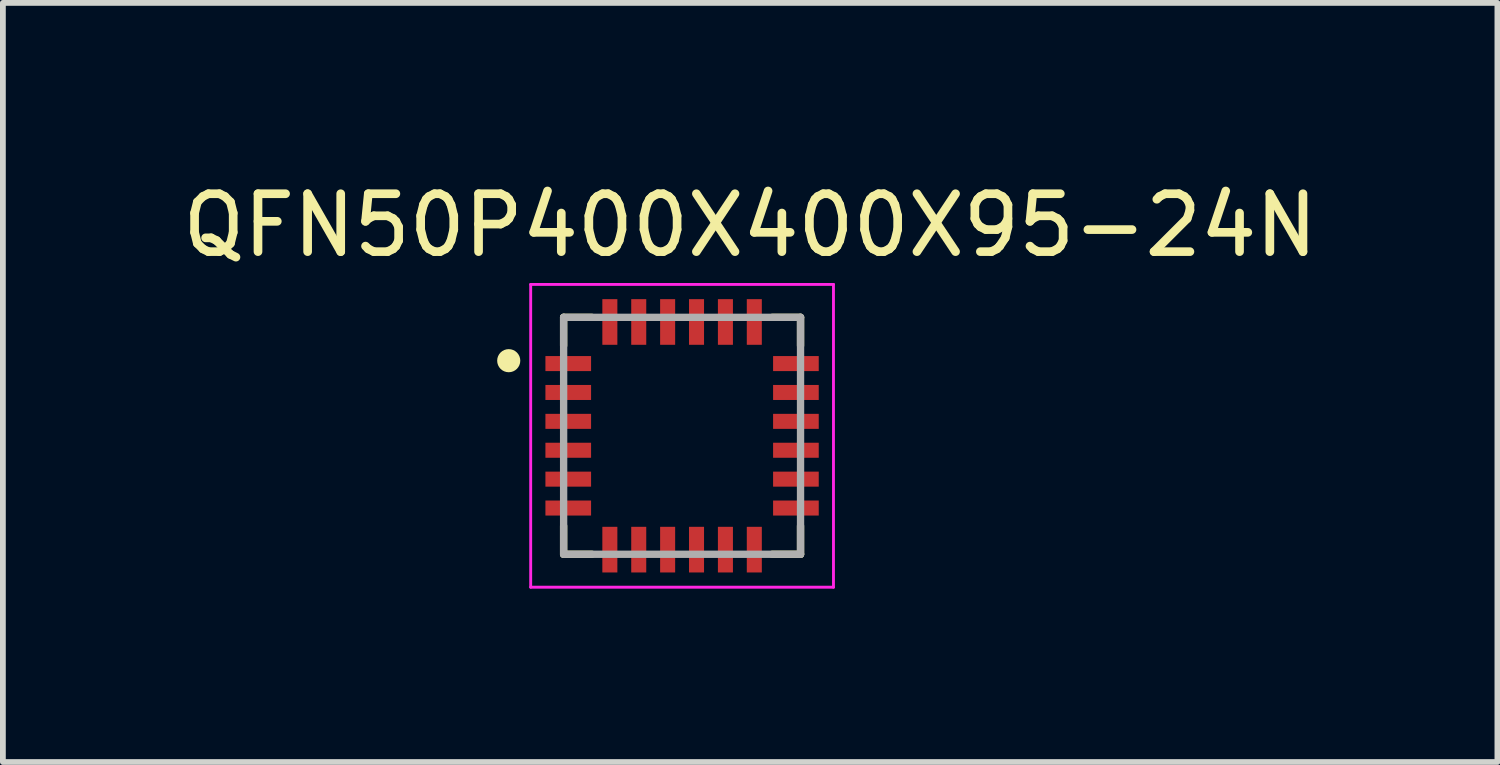
<source format=kicad_pcb>
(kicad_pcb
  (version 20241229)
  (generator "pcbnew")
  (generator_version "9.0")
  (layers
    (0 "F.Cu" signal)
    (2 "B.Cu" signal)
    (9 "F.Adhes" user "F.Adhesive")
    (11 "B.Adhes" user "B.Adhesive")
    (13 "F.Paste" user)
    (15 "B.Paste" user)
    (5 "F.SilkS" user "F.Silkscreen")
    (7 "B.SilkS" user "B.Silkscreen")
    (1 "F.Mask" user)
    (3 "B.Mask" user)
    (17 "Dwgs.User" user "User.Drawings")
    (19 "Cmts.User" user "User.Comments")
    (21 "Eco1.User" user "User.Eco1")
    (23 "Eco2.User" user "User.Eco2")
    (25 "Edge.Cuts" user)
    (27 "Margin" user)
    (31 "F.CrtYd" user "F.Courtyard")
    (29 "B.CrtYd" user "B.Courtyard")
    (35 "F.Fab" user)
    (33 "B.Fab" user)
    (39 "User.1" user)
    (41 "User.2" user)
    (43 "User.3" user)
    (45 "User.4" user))
  (footprint "QFN50P400X400X95-24N"
    (layer "F.Cu")
    (at 8.754 4.492)
    (property "Reference" "QFN50P400X400X95-24N" (at 1.178 -3.643 0) (layer "F.SilkS") (effects (font (size 1.002 1.002) (thickness 0.15))))
    (attr through_hole)
    (fp_line (start -2.05 -1.56) (end -2.05 -2.05) (stroke (width 0.127) (type solid)) (layer "F.SilkS"))
    (fp_line (start -2.05 2.05) (end -2.05 1.56) (stroke (width 0.127) (type solid)) (layer "F.SilkS"))
    (fp_line (start -1.56 -2.05) (end -2.05 -2.05) (stroke (width 0.127) (type solid)) (layer "F.SilkS"))
    (fp_line (start -1.56 2.05) (end -2.05 2.05) (stroke (width 0.127) (type solid)) (layer "F.SilkS"))
    (fp_line (start 1.56 -2.05) (end 2.05 -2.05) (stroke (width 0.127) (type solid)) (layer "F.SilkS"))
    (fp_line (start 2.05 -2.05) (end 2.05 -1.56) (stroke (width 0.127) (type solid)) (layer "F.SilkS"))
    (fp_line (start 2.05 1.56) (end 2.05 2.05) (stroke (width 0.127) (type solid)) (layer "F.SilkS"))
    (fp_line (start 2.05 2.05) (end 1.56 2.05) (stroke (width 0.127) (type solid)) (layer "F.SilkS"))
    (fp_circle (center -3 -1.3) (end -2.9 -1.3) (stroke (width 0.2) (type solid)) (fill no) (layer "F.SilkS"))
    (fp_line (start -2.62 -2.62) (end 2.62 -2.62) (stroke (width 0.05) (type solid)) (layer "F.CrtYd"))
    (fp_line (start -2.62 2.62) (end -2.62 -2.62) (stroke (width 0.05) (type solid)) (layer "F.CrtYd"))
    (fp_line (start 2.62 -2.62) (end 2.62 2.62) (stroke (width 0.05) (type solid)) (layer "F.CrtYd"))
    (fp_line (start 2.62 2.62) (end -2.62 2.62) (stroke (width 0.05) (type solid)) (layer "F.CrtYd"))
    (fp_line (start -2.05 -2.05) (end -2.05 2.05) (stroke (width 0.127) (type solid)) (layer "F.Fab"))
    (fp_line (start 2.05 -2.05) (end -2.05 -2.05) (stroke (width 0.127) (type solid)) (layer "F.Fab"))
    (fp_line (start 2.05 -2.05) (end 2.05 2.05) (stroke (width 0.127) (type solid)) (layer "F.Fab"))
    (fp_line (start 2.05 2.05) (end -2.05 2.05) (stroke (width 0.127) (type solid)) (layer "F.Fab"))
    (pad "1" smd rect (at -1.97 -1.25) (size 0.79 0.26) (layers "F.Cu" "F.Mask" "F.Paste"))
    (pad "2" smd rect (at -1.97 -0.75) (size 0.79 0.26) (layers "F.Cu" "F.Mask" "F.Paste"))
    (pad "3" smd rect (at -1.97 -0.25) (size 0.79 0.26) (layers "F.Cu" "F.Mask" "F.Paste"))
    (pad "4" smd rect (at -1.97 0.25) (size 0.79 0.26) (layers "F.Cu" "F.Mask" "F.Paste"))
    (pad "5" smd rect (at -1.97 0.75) (size 0.79 0.26) (layers "F.Cu" "F.Mask" "F.Paste"))
    (pad "6" smd rect (at -1.97 1.25) (size 0.79 0.26) (layers "F.Cu" "F.Mask" "F.Paste"))
    (pad "7" smd rect (at -1.25 1.97 90) (size 0.79 0.26) (layers "F.Cu" "F.Mask" "F.Paste"))
    (pad "8" smd rect (at -0.75 1.97 90) (size 0.79 0.26) (layers "F.Cu" "F.Mask" "F.Paste"))
    (pad "9" smd rect (at -0.25 1.97 90) (size 0.79 0.26) (layers "F.Cu" "F.Mask" "F.Paste"))
    (pad "10" smd rect (at 0.25 1.97 90) (size 0.79 0.26) (layers "F.Cu" "F.Mask" "F.Paste"))
    (pad "11" smd rect (at 0.75 1.97 90) (size 0.79 0.26) (layers "F.Cu" "F.Mask" "F.Paste"))
    (pad "12" smd rect (at 1.25 1.97 90) (size 0.79 0.26) (layers "F.Cu" "F.Mask" "F.Paste"))
    (pad "13" smd rect (at 1.97 1.25 180) (size 0.79 0.26) (layers "F.Cu" "F.Mask" "F.Paste"))
    (pad "14" smd rect (at 1.97 0.75 180) (size 0.79 0.26) (layers "F.Cu" "F.Mask" "F.Paste"))
    (pad "15" smd rect (at 1.97 0.25 180) (size 0.79 0.26) (layers "F.Cu" "F.Mask" "F.Paste"))
    (pad "16" smd rect (at 1.97 -0.25 180) (size 0.79 0.26) (layers "F.Cu" "F.Mask" "F.Paste"))
    (pad "17" smd rect (at 1.97 -0.75 180) (size 0.79 0.26) (layers "F.Cu" "F.Mask" "F.Paste"))
    (pad "18" smd rect (at 1.97 -1.25 180) (size 0.79 0.26) (layers "F.Cu" "F.Mask" "F.Paste"))
    (pad "19" smd rect (at 1.25 -1.97 270) (size 0.79 0.26) (layers "F.Cu" "F.Mask" "F.Paste"))
    (pad "20" smd rect (at 0.75 -1.97 270) (size 0.79 0.26) (layers "F.Cu" "F.Mask" "F.Paste"))
    (pad "21" smd rect (at 0.25 -1.97 270) (size 0.79 0.26) (layers "F.Cu" "F.Mask" "F.Paste"))
    (pad "22" smd rect (at -0.25 -1.97 270) (size 0.79 0.26) (layers "F.Cu" "F.Mask" "F.Paste"))
    (pad "23" smd rect (at -0.75 -1.97 270) (size 0.79 0.26) (layers "F.Cu" "F.Mask" "F.Paste"))
    (pad "24" smd rect (at -1.25 -1.97 270) (size 0.79 0.26) (layers "F.Cu" "F.Mask" "F.Paste")))
  (gr_rect
    (start -3 -3)
    (end 22.864 10.137)
    (stroke (width 0.1) (type default))
    (fill no)
    (layer "Edge.Cuts")))
</source>
